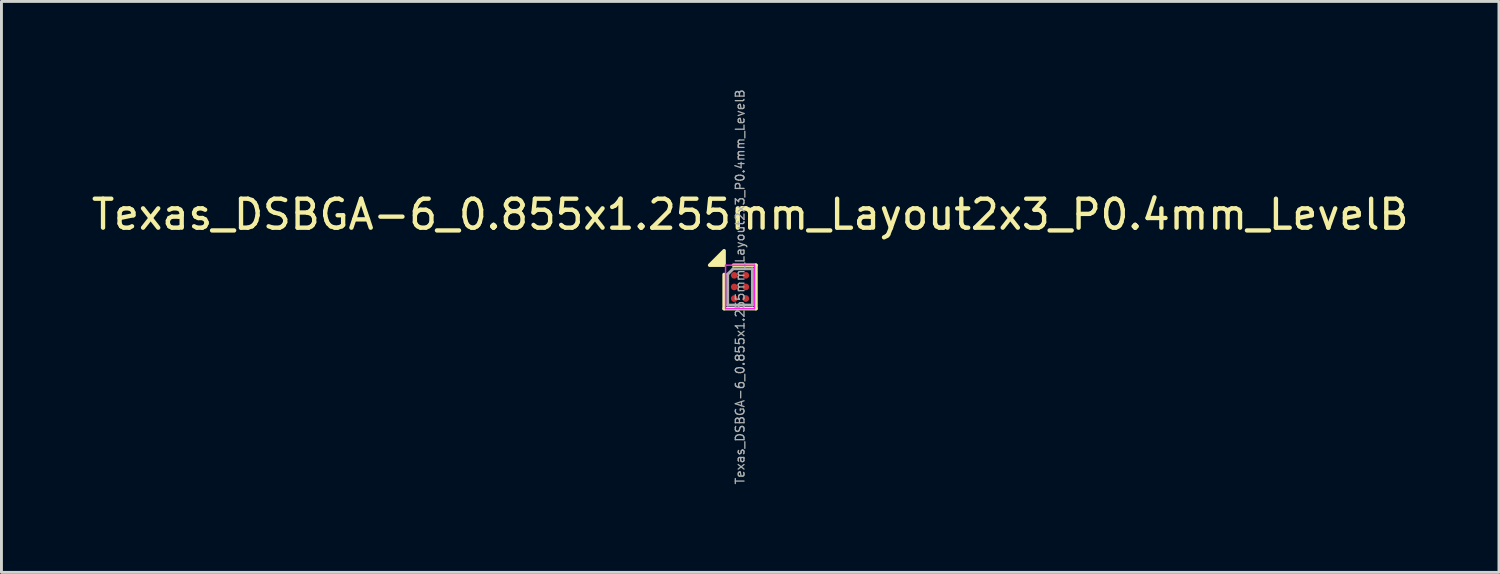
<source format=kicad_pcb>
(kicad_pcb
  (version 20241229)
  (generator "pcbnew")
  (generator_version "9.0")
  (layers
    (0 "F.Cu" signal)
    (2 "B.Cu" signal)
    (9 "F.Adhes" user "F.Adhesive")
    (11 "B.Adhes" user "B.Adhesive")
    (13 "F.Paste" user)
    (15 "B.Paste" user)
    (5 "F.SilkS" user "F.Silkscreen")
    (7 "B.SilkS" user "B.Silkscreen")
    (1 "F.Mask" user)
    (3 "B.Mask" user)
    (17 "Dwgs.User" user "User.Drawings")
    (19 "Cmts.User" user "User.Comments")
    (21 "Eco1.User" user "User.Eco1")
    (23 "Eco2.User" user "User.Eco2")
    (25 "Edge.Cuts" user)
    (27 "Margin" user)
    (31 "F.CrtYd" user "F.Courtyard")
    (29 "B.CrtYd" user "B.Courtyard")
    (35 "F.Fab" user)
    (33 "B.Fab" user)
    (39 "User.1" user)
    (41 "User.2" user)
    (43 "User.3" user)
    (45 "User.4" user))
  (footprint "Texas_DSBGA-6_0.855x1.255mm_Layout2x3_P0.4mm_LevelB"
    (layer "F.Cu")
    (at 22.489 6.852)
    (property "Reference" "Texas_DSBGA-6_0.855x1.255mm_Layout2x3_P0.4mm_LevelB" (at 0.35 -2.5 0) (layer "F.SilkS") (effects (font (size 1 1) (thickness 0.15))))
    (attr smd)
    (fp_line (start -0.55 0.75) (end -0.55 -0.43) (stroke (width 0.12) (type solid)) (layer "F.SilkS"))
    (fp_line (start 0.55 -0.75) (end -0.23 -0.75) (stroke (width 0.12) (type solid)) (layer "F.SilkS"))
    (fp_line (start 0.55 -0.75) (end 0.55 0.75) (stroke (width 0.12) (type solid)) (layer "F.SilkS"))
    (fp_line (start 0.55 0.75) (end -0.55 0.75) (stroke (width 0.12) (type solid)) (layer "F.SilkS"))
    (fp_poly (pts (xy -0.55 -0.75) (xy -1.05 -0.75) (xy -0.55 -1.25) (xy -0.55 -0.75)) (stroke (width 0.12) (type solid)) (fill yes) (layer "F.SilkS"))
    (fp_rect (start -0.275 -0.475) (end -0.125 -0.325) (stroke (width 0.1) (type solid)) (fill yes) (layer "F.Paste"))
    (fp_rect (start -0.275 -0.075) (end -0.125 0.075) (stroke (width 0.1) (type solid)) (fill yes) (layer "F.Paste"))
    (fp_rect (start -0.275 0.325) (end -0.125 0.475) (stroke (width 0.1) (type solid)) (fill yes) (layer "F.Paste"))
    (fp_rect (start 0.125 -0.475) (end 0.275 -0.325) (stroke (width 0.1) (type solid)) (fill yes) (layer "F.Paste"))
    (fp_rect (start 0.125 -0.075) (end 0.275 0.075) (stroke (width 0.1) (type solid)) (fill yes) (layer "F.Paste"))
    (fp_rect (start 0.125 0.325) (end 0.275 0.475) (stroke (width 0.1) (type solid)) (fill yes) (layer "F.Paste"))
    (fp_line (start -0.5 -0.75) (end -0.5 0.75) (stroke (width 0.05) (type solid)) (layer "F.CrtYd"))
    (fp_line (start -0.5 0.75) (end 0.5 0.75) (stroke (width 0.05) (type solid)) (layer "F.CrtYd"))
    (fp_line (start 0.5 -0.75) (end -0.5 -0.75) (stroke (width 0.05) (type solid)) (layer "F.CrtYd"))
    (fp_line (start 0.5 0.75) (end 0.5 -0.75) (stroke (width 0.05) (type solid)) (layer "F.CrtYd"))
    (fp_line (start -0.427 -0.438) (end -0.237 -0.627) (stroke (width 0.1) (type solid)) (layer "F.Fab"))
    (fp_line (start -0.427 0.627) (end -0.427 -0.438) (stroke (width 0.1) (type solid)) (layer "F.Fab"))
    (fp_line (start -0.237 -0.627) (end 0.427 -0.627) (stroke (width 0.1) (type solid)) (layer "F.Fab"))
    (fp_line (start 0.427 -0.627) (end 0.427 0.627) (stroke (width 0.1) (type solid)) (layer "F.Fab"))
    (fp_line (start 0.427 0.627) (end -0.427 0.627) (stroke (width 0.1) (type solid)) (layer "F.Fab"))
    (fp_text user "${REFERENCE}" (at 0 0 90) (layer "F.Fab") (effects (font (size 0.3 0.3) (thickness 0.045))))
    (pad "A1" smd circle (at -0.2 -0.4) (size 0.23 0.23) (property pad_prop_bga) (layers "F.Cu" "F.Mask"))
    (pad "A2" smd circle (at 0.2 -0.4) (size 0.23 0.23) (property pad_prop_bga) (layers "F.Cu" "F.Mask"))
    (pad "B1" smd circle (at -0.2 0) (size 0.23 0.23) (property pad_prop_bga) (layers "F.Cu" "F.Mask"))
    (pad "B2" smd circle (at 0.2 0) (size 0.23 0.23) (property pad_prop_bga) (layers "F.Cu" "F.Mask"))
    (pad "C1" smd circle (at -0.2 0.4) (size 0.23 0.23) (property pad_prop_bga) (layers "F.Cu" "F.Mask"))
    (pad "C2" smd circle (at 0.2 0.4) (size 0.23 0.23) (property pad_prop_bga) (layers "F.Cu" "F.Mask")))
  (gr_rect
    (start -3 -3)
    (end 48.679 16.704)
    (stroke (width 0.1) (type default))
    (fill no)
    (layer "Edge.Cuts")))
</source>
